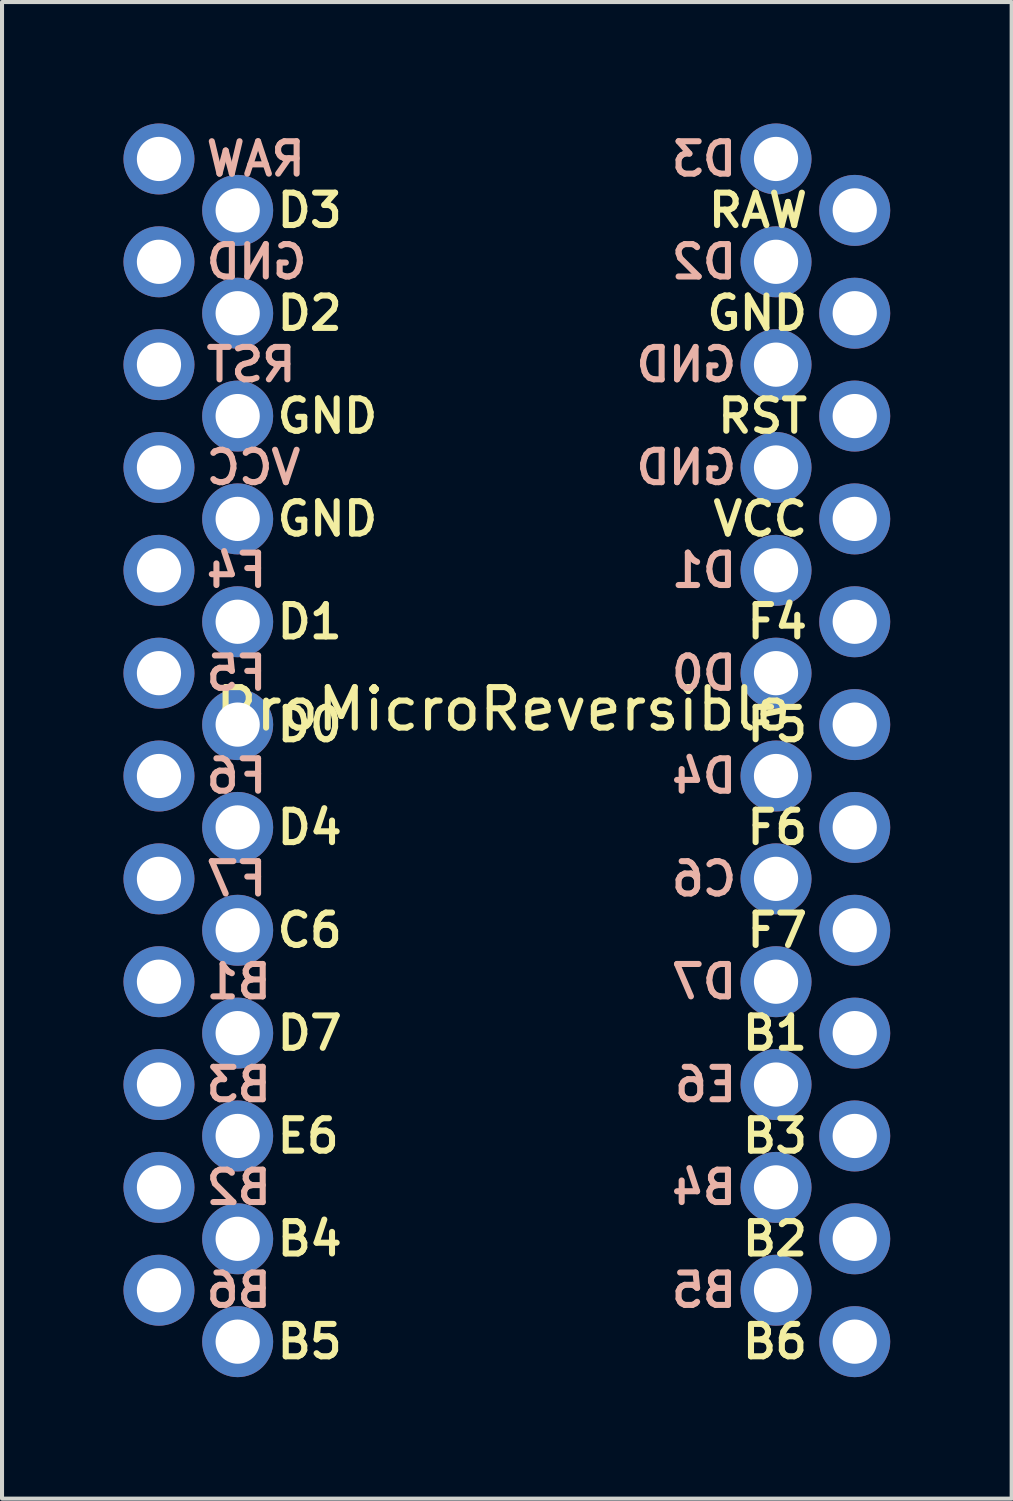
<source format=kicad_pcb>
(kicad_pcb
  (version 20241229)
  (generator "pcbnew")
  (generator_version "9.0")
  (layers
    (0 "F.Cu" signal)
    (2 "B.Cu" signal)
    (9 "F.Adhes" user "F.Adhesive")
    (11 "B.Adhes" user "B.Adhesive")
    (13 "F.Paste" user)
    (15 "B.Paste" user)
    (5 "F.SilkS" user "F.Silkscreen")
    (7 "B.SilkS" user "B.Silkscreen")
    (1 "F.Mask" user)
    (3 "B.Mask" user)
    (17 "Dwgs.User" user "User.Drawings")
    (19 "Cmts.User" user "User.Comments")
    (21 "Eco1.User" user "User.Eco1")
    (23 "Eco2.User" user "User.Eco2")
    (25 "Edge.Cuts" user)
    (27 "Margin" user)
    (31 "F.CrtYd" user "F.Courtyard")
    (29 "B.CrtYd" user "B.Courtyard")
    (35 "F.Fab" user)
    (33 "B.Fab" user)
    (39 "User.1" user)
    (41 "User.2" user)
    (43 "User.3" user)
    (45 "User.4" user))
  (footprint "ProMicroReversible"
    (layer "F.Cu")
    (at 9.468 15.481)
    (property "Reference" "ProMicroReversible" (at -0.089 -1.016 0) (unlocked yes) (layer "F.SilkS") (effects (font (size 1 1) (thickness 0.15))))
    (attr through_hole exclude_from_pos_files exclude_from_bom)
    (fp_text user "D3" (at -5.75 -13.335 0) (unlocked yes) (layer "F.SilkS") (effects (font (size 0.8 0.8) (thickness 0.15)) (justify left)))
    (fp_text user "C6" (at -5.75 4.445 0) (unlocked yes) (layer "F.SilkS") (effects (font (size 0.8 0.8) (thickness 0.15)) (justify left)))
    (fp_text user "B6" (at 7.5 14.605 0) (unlocked yes) (layer "F.SilkS") (effects (font (size 0.8 0.8) (thickness 0.15)) (justify right)))
    (fp_text user "RST" (at 7.5 -8.255 0) (unlocked yes) (layer "F.SilkS") (effects (font (size 0.8 0.8) (thickness 0.15)) (justify right)))
    (fp_text user "GND" (at -5.75 -8.255 0) (unlocked yes) (layer "F.SilkS") (effects (font (size 0.8 0.8) (thickness 0.15)) (justify left)))
    (fp_text user "B5" (at -5.75 14.605 0) (unlocked yes) (layer "F.SilkS") (effects (font (size 0.8 0.8) (thickness 0.15)) (justify left)))
    (fp_text user "VCC" (at 7.5 -5.715 0) (unlocked yes) (layer "F.SilkS") (effects (font (size 0.8 0.8) (thickness 0.15)) (justify right)))
    (fp_text user "F7" (at 7.5 4.445 0) (unlocked yes) (layer "F.SilkS") (effects (font (size 0.8 0.8) (thickness 0.15)) (justify right)))
    (fp_text user "F5" (at 7.5 -0.635 0) (unlocked yes) (layer "F.SilkS") (effects (font (size 0.8 0.8) (thickness 0.15)) (justify right)))
    (fp_text user "RAW" (at 7.5 -13.335 0) (unlocked yes) (layer "F.SilkS") (effects (font (size 0.8 0.8) (thickness 0.15)) (justify right)))
    (fp_text user "D0" (at -5.75 -0.635 0) (unlocked yes) (layer "F.SilkS") (effects (font (size 0.8 0.8) (thickness 0.15)) (justify left)))
    (fp_text user "D4" (at -5.75 1.905 0) (unlocked yes) (layer "F.SilkS") (effects (font (size 0.8 0.8) (thickness 0.15)) (justify left)))
    (fp_text user "F4" (at 7.5 -3.175 0) (unlocked yes) (layer "F.SilkS") (effects (font (size 0.8 0.8) (thickness 0.15)) (justify right)))
    (fp_text user "E6" (at -5.75 9.525 0) (unlocked yes) (layer "F.SilkS") (effects (font (size 0.8 0.8) (thickness 0.15)) (justify left)))
    (fp_text user "GND" (at -5.75 -5.715 0) (unlocked yes) (layer "F.SilkS") (effects (font (size 0.8 0.8) (thickness 0.15)) (justify left)))
    (fp_text user "B1" (at 7.5 6.985 0) (unlocked yes) (layer "F.SilkS") (effects (font (size 0.8 0.8) (thickness 0.15)) (justify right)))
    (fp_text user "B4" (at -5.75 12.065 0) (unlocked yes) (layer "F.SilkS") (effects (font (size 0.8 0.8) (thickness 0.15)) (justify left)))
    (fp_text user "F6" (at 7.5 1.905 0) (unlocked yes) (layer "F.SilkS") (effects (font (size 0.8 0.8) (thickness 0.15)) (justify right)))
    (fp_text user "D2" (at -5.75 -10.795 0) (unlocked yes) (layer "F.SilkS") (effects (font (size 0.8 0.8) (thickness 0.15)) (justify left)))
    (fp_text user "D7" (at -5.75 6.985 0) (unlocked yes) (layer "F.SilkS") (effects (font (size 0.8 0.8) (thickness 0.15)) (justify left)))
    (fp_text user "B3" (at 7.5 9.525 0) (unlocked yes) (layer "F.SilkS") (effects (font (size 0.8 0.8) (thickness 0.15)) (justify right)))
    (fp_text user "GND" (at 7.5 -10.795 0) (unlocked yes) (layer "F.SilkS") (effects (font (size 0.8 0.8) (thickness 0.15)) (justify right)))
    (fp_text user "B2" (at 7.5 12.065 0) (unlocked yes) (layer "F.SilkS") (effects (font (size 0.8 0.8) (thickness 0.15)) (justify right)))
    (fp_text user "D1" (at -5.75 -3.175 0) (unlocked yes) (layer "F.SilkS") (effects (font (size 0.8 0.8) (thickness 0.15)) (justify left)))
    (fp_text user "GND" (at 5.75 -6.985 0) (unlocked yes) (layer "B.SilkS") (effects (font (size 0.8 0.8) (thickness 0.15)) (justify left mirror)))
    (fp_text user "B4" (at 5.75 10.795 0) (unlocked yes) (layer "B.SilkS") (effects (font (size 0.8 0.8) (thickness 0.15)) (justify left mirror)))
    (fp_text user "B6" (at -7.5 13.335 0) (unlocked yes) (layer "B.SilkS") (effects (font (size 0.8 0.8) (thickness 0.15)) (justify right mirror)))
    (fp_text user "D3" (at 5.75 -14.605 0) (unlocked yes) (layer "B.SilkS") (effects (font (size 0.8 0.8) (thickness 0.15)) (justify left mirror)))
    (fp_text user "E6" (at 5.75 8.255 0) (unlocked yes) (layer "B.SilkS") (effects (font (size 0.8 0.8) (thickness 0.15)) (justify left mirror)))
    (fp_text user "GND" (at -7.5 -12.065 0) (unlocked yes) (layer "B.SilkS") (effects (font (size 0.8 0.8) (thickness 0.15)) (justify right mirror)))
    (fp_text user "F6" (at -7.5 0.635 0) (unlocked yes) (layer "B.SilkS") (effects (font (size 0.8 0.8) (thickness 0.15)) (justify right mirror)))
    (fp_text user "B3" (at -7.5 8.255 0) (unlocked yes) (layer "B.SilkS") (effects (font (size 0.8 0.8) (thickness 0.15)) (justify right mirror)))
    (fp_text user "D2" (at 5.75 -12.065 0) (unlocked yes) (layer "B.SilkS") (effects (font (size 0.8 0.8) (thickness 0.15)) (justify left mirror)))
    (fp_text user "VCC" (at -7.5 -6.985 0) (unlocked yes) (layer "B.SilkS") (effects (font (size 0.8 0.8) (thickness 0.15)) (justify right mirror)))
    (fp_text user "RAW" (at -7.5 -14.605 0) (unlocked yes) (layer "B.SilkS") (effects (font (size 0.8 0.8) (thickness 0.15)) (justify right mirror)))
    (fp_text user "D0" (at 5.75 -1.905 0) (unlocked yes) (layer "B.SilkS") (effects (font (size 0.8 0.8) (thickness 0.15)) (justify left mirror)))
    (fp_text user "GND" (at 5.75 -9.525 0) (unlocked yes) (layer "B.SilkS") (effects (font (size 0.8 0.8) (thickness 0.15)) (justify left mirror)))
    (fp_text user "D1" (at 5.75 -4.445 0) (unlocked yes) (layer "B.SilkS") (effects (font (size 0.8 0.8) (thickness 0.15)) (justify left mirror)))
    (fp_text user "F5" (at -7.5 -1.905 0) (unlocked yes) (layer "B.SilkS") (effects (font (size 0.8 0.8) (thickness 0.15)) (justify right mirror)))
    (fp_text user "D4" (at 5.75 0.635 0) (unlocked yes) (layer "B.SilkS") (effects (font (size 0.8 0.8) (thickness 0.15)) (justify left mirror)))
    (fp_text user "B5" (at 5.75 13.335 0) (unlocked yes) (layer "B.SilkS") (effects (font (size 0.8 0.8) (thickness 0.15)) (justify left mirror)))
    (fp_text user "B1" (at -7.5 5.715 0) (unlocked yes) (layer "B.SilkS") (effects (font (size 0.8 0.8) (thickness 0.15)) (justify right mirror)))
    (fp_text user "B2" (at -7.5 10.795 0) (unlocked yes) (layer "B.SilkS") (effects (font (size 0.8 0.8) (thickness 0.15)) (justify right mirror)))
    (fp_text user "C6" (at 5.75 3.175 0) (unlocked yes) (layer "B.SilkS") (effects (font (size 0.8 0.8) (thickness 0.15)) (justify left mirror)))
    (fp_text user "F4" (at -7.5 -4.445 0) (unlocked yes) (layer "B.SilkS") (effects (font (size 0.8 0.8) (thickness 0.15)) (justify right mirror)))
    (fp_text user "D7" (at 5.75 5.715 0) (unlocked yes) (layer "B.SilkS") (effects (font (size 0.8 0.8) (thickness 0.15)) (justify left mirror)))
    (fp_text user "F7" (at -7.5 3.175 0) (unlocked yes) (layer "B.SilkS") (effects (font (size 0.8 0.8) (thickness 0.15)) (justify right mirror)))
    (fp_text user "RST" (at -7.5 -9.525 0) (unlocked yes) (layer "B.SilkS") (effects (font (size 0.8 0.8) (thickness 0.15)) (justify right mirror)))
    (pad "1" thru_hole circle (at -8.592 -14.605) (size 1.753 1.753) (drill 1.092) (layers "*.Cu" "B.Mask"))
    (pad "1" thru_hole circle (at 8.592 -13.335) (size 1.753 1.753) (drill 1.092) (layers "*.Cu" "F.Mask"))
    (pad "2" thru_hole circle (at -8.592 -12.065) (size 1.753 1.753) (drill 1.092) (layers "*.Cu" "B.Mask"))
    (pad "2" thru_hole circle (at 8.592 -10.795) (size 1.753 1.753) (drill 1.092) (layers "*.Cu" "F.Mask"))
    (pad "3" thru_hole circle (at -8.592 -9.525) (size 1.753 1.753) (drill 1.092) (layers "*.Cu" "B.Mask"))
    (pad "3" thru_hole circle (at 8.592 -8.255) (size 1.753 1.753) (drill 1.092) (layers "*.Cu" "F.Mask"))
    (pad "4" thru_hole circle (at -8.592 -6.985) (size 1.753 1.753) (drill 1.092) (layers "*.Cu" "B.Mask"))
    (pad "4" thru_hole circle (at 8.592 -5.715) (size 1.753 1.753) (drill 1.092) (layers "*.Cu" "F.Mask"))
    (pad "5" thru_hole circle (at -8.592 -4.445) (size 1.753 1.753) (drill 1.092) (layers "*.Cu" "B.Mask"))
    (pad "5" thru_hole circle (at 8.592 -3.175) (size 1.753 1.753) (drill 1.092) (layers "*.Cu" "F.Mask"))
    (pad "6" thru_hole circle (at -8.592 -1.905) (size 1.753 1.753) (drill 1.092) (layers "*.Cu" "B.Mask"))
    (pad "6" thru_hole circle (at 8.592 -0.635) (size 1.753 1.753) (drill 1.092) (layers "*.Cu" "F.Mask"))
    (pad "7" thru_hole circle (at -8.592 0.635) (size 1.753 1.753) (drill 1.092) (layers "*.Cu" "B.Mask"))
    (pad "7" thru_hole circle (at 8.592 1.905) (size 1.753 1.753) (drill 1.092) (layers "*.Cu" "F.Mask"))
    (pad "8" thru_hole circle (at -8.592 3.175) (size 1.753 1.753) (drill 1.092) (layers "*.Cu" "B.Mask"))
    (pad "8" thru_hole circle (at 8.592 4.445) (size 1.753 1.753) (drill 1.092) (layers "*.Cu" "F.Mask"))
    (pad "9" thru_hole circle (at -8.592 5.715) (size 1.753 1.753) (drill 1.092) (layers "*.Cu" "B.Mask"))
    (pad "9" thru_hole circle (at 8.592 6.985) (size 1.753 1.753) (drill 1.092) (layers "*.Cu" "F.Mask"))
    (pad "10" thru_hole circle (at -8.592 8.255) (size 1.753 1.753) (drill 1.092) (layers "*.Cu" "B.Mask"))
    (pad "10" thru_hole circle (at 8.592 9.525) (size 1.753 1.753) (drill 1.092) (layers "*.Cu" "F.Mask"))
    (pad "11" thru_hole circle (at -8.592 10.795) (size 1.753 1.753) (drill 1.092) (layers "*.Cu" "B.Mask"))
    (pad "11" thru_hole circle (at 8.592 12.065) (size 1.753 1.753) (drill 1.092) (layers "*.Cu" "F.Mask"))
    (pad "12" thru_hole circle (at -8.592 13.335) (size 1.753 1.753) (drill 1.092) (layers "*.Cu" "B.Mask"))
    (pad "12" thru_hole circle (at 8.592 14.605) (size 1.753 1.753) (drill 1.092) (layers "*.Cu" "F.Mask"))
    (pad "13" thru_hole circle (at -6.648 -13.335) (size 1.753 1.753) (drill 1.092) (layers "*.Cu" "F.Mask"))
    (pad "13" thru_hole circle (at 6.648 -14.605) (size 1.753 1.753) (drill 1.092) (layers "*.Cu" "B.Mask"))
    (pad "14" thru_hole circle (at -6.648 -10.795) (size 1.753 1.753) (drill 1.092) (layers "*.Cu" "F.Mask"))
    (pad "14" thru_hole circle (at 6.648 -12.065) (size 1.753 1.753) (drill 1.092) (layers "*.Cu" "B.Mask"))
    (pad "15" thru_hole circle (at -6.648 -8.255) (size 1.753 1.753) (drill 1.092) (layers "*.Cu" "F.Mask"))
    (pad "15" thru_hole circle (at 6.648 -9.525) (size 1.753 1.753) (drill 1.092) (layers "*.Cu" "B.Mask"))
    (pad "16" thru_hole circle (at -6.648 -5.715) (size 1.753 1.753) (drill 1.092) (layers "*.Cu" "F.Mask"))
    (pad "16" thru_hole circle (at 6.648 -6.985) (size 1.753 1.753) (drill 1.092) (layers "*.Cu" "B.Mask"))
    (pad "17" thru_hole circle (at -6.648 -3.175) (size 1.753 1.753) (drill 1.092) (layers "*.Cu" "F.Mask"))
    (pad "17" thru_hole circle (at 6.648 -4.445) (size 1.753 1.753) (drill 1.092) (layers "*.Cu" "B.Mask"))
    (pad "18" thru_hole circle (at -6.648 -0.635) (size 1.753 1.753) (drill 1.092) (layers "*.Cu" "F.Mask"))
    (pad "18" thru_hole circle (at 6.648 -1.905) (size 1.753 1.753) (drill 1.092) (layers "*.Cu" "B.Mask"))
    (pad "19" thru_hole circle (at -6.648 1.905) (size 1.753 1.753) (drill 1.092) (layers "*.Cu" "F.Mask"))
    (pad "19" thru_hole circle (at 6.648 0.635) (size 1.753 1.753) (drill 1.092) (layers "*.Cu" "B.Mask"))
    (pad "20" thru_hole circle (at -6.648 4.445) (size 1.753 1.753) (drill 1.092) (layers "*.Cu" "F.Mask"))
    (pad "20" thru_hole circle (at 6.648 3.175) (size 1.753 1.753) (drill 1.092) (layers "*.Cu" "B.Mask"))
    (pad "21" thru_hole circle (at -6.648 6.985) (size 1.753 1.753) (drill 1.092) (layers "*.Cu" "F.Mask"))
    (pad "21" thru_hole circle (at 6.648 5.715) (size 1.753 1.753) (drill 1.092) (layers "*.Cu" "B.Mask"))
    (pad "22" thru_hole circle (at -6.648 9.525) (size 1.753 1.753) (drill 1.092) (layers "*.Cu" "F.Mask"))
    (pad "22" thru_hole circle (at 6.648 8.255) (size 1.753 1.753) (drill 1.092) (layers "*.Cu" "B.Mask"))
    (pad "23" thru_hole circle (at -6.648 12.065) (size 1.753 1.753) (drill 1.092) (layers "*.Cu" "F.Mask"))
    (pad "23" thru_hole circle (at 6.648 10.795) (size 1.753 1.753) (drill 1.092) (layers "*.Cu" "B.Mask"))
    (pad "24" thru_hole circle (at -6.648 14.605) (size 1.753 1.753) (drill 1.092) (layers "*.Cu" "F.Mask"))
    (pad "24" thru_hole circle (at 6.648 13.335) (size 1.753 1.753) (drill 1.092) (layers "*.Cu" "B.Mask")))
  (gr_rect
    (start -3 -3)
    (end 21.936 33.963)
    (stroke (width 0.1) (type default))
    (fill no)
    (layer "Edge.Cuts")))
</source>
